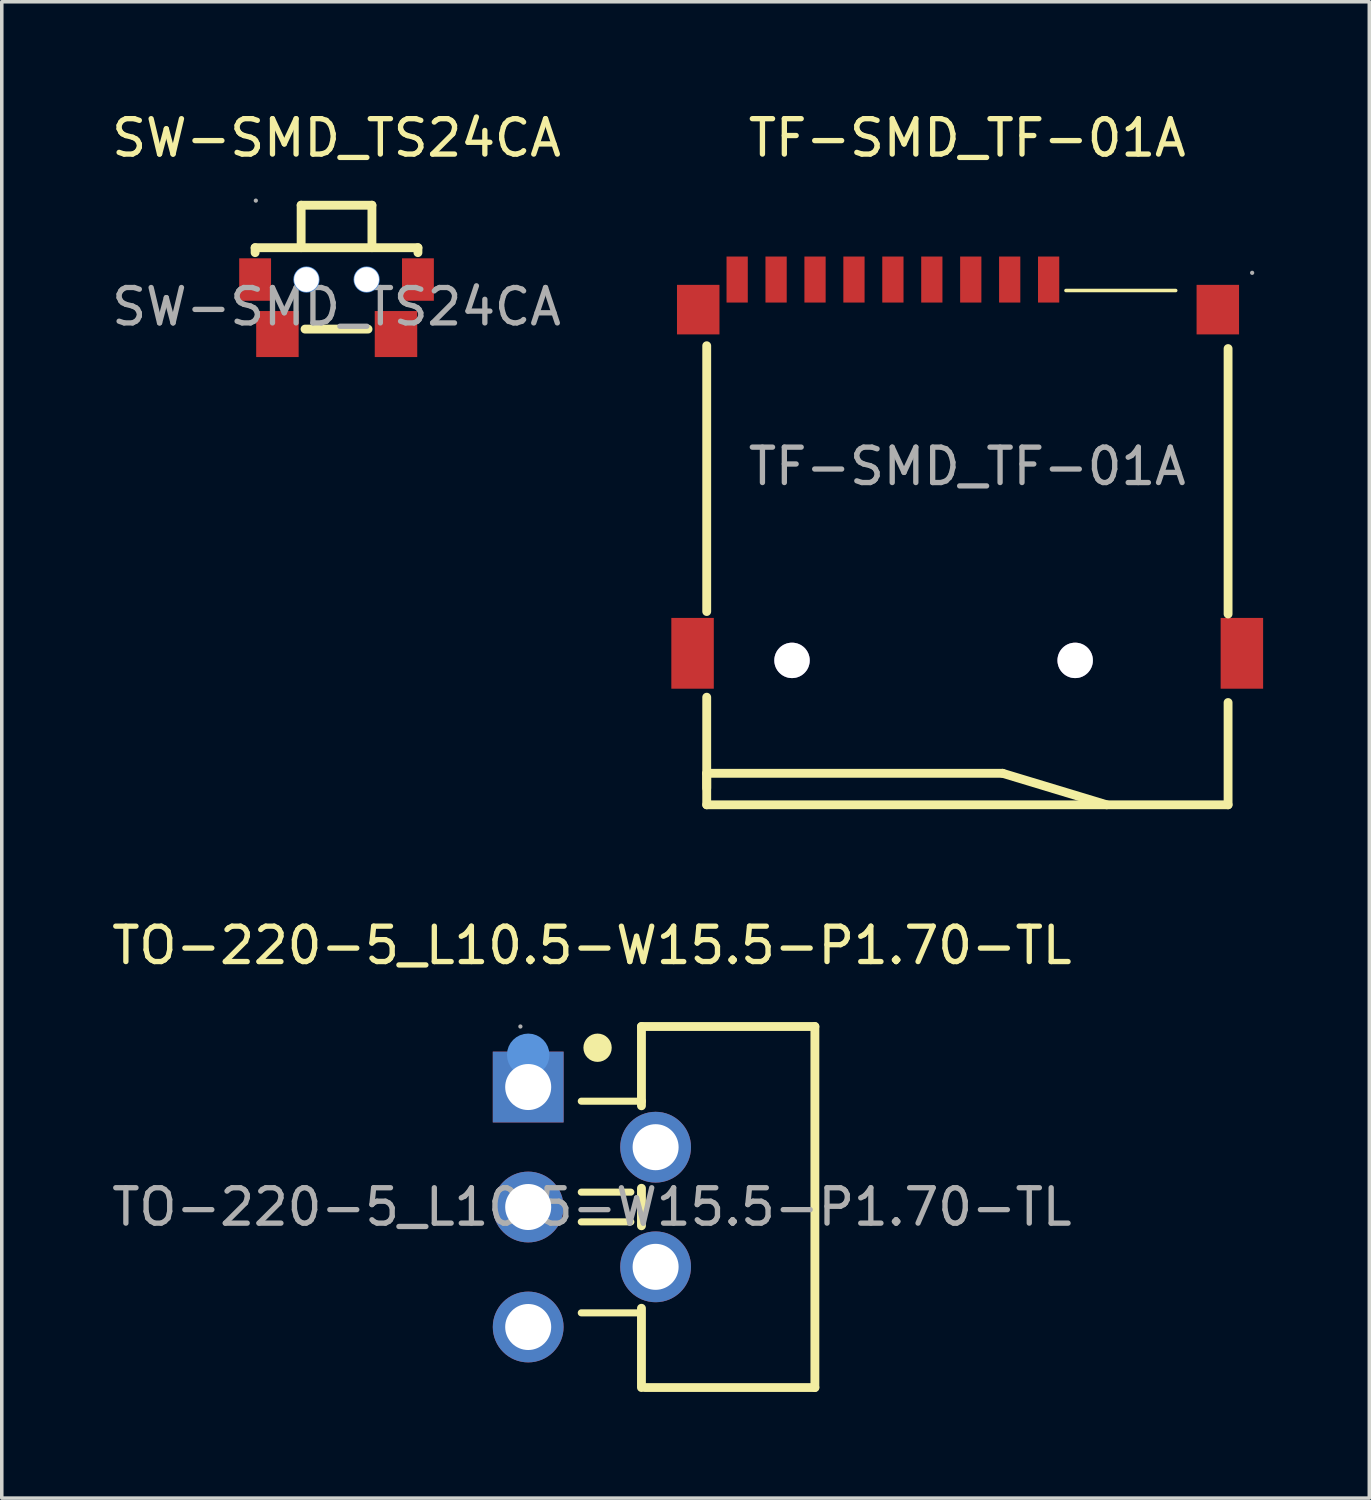
<source format=kicad_pcb>
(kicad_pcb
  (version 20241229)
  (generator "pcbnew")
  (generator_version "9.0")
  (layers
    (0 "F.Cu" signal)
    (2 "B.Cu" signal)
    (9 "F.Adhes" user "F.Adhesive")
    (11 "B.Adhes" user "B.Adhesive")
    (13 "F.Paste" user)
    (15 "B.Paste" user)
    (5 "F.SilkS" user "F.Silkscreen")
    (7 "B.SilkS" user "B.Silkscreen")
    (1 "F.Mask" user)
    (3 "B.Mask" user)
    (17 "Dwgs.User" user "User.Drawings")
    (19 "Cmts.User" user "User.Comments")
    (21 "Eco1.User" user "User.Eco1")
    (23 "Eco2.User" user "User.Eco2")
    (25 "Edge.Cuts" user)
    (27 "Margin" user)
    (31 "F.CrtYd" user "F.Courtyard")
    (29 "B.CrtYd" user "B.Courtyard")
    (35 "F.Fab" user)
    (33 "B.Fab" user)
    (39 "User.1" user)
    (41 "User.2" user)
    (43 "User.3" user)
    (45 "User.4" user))
  (footprint "TO-220-5_L10.5-W15.5-P1.70-TL"
    (layer "F.Cu")
    (at 13.673 31.052)
    (property "Reference" "TO-220-5_L10.5-W15.5-P1.70-TL" (at 0 -7.39 0) (layer "F.SilkS") (effects (font (size 1 1) (thickness 0.15))))
    (attr smd)
    (fp_line (start -0.3 -2.99) (end 1.4 -2.99) (stroke (width 0.2) (type solid)) (layer "F.SilkS"))
    (fp_line (start -0.3 -0.42) (end 1.1 -0.42) (stroke (width 0.2) (type solid)) (layer "F.SilkS"))
    (fp_line (start -0.3 0.42) (end 1.1 0.42) (stroke (width 0.2) (type solid)) (layer "F.SilkS"))
    (fp_line (start -0.3 2.99) (end 1.4 2.99) (stroke (width 0.2) (type solid)) (layer "F.SilkS"))
    (fp_line (start 1.4 -5.1) (end 6.3 -5.1) (stroke (width 0.25) (type solid)) (layer "F.SilkS"))
    (fp_line (start 1.4 -2.99) (end 1.4 -5.1) (stroke (width 0.25) (type solid)) (layer "F.SilkS"))
    (fp_line (start 1.4 -2.99) (end 1.4 -2.86) (stroke (width 0.25) (type solid)) (layer "F.SilkS"))
    (fp_line (start 1.4 -0.53) (end 1.4 0.53) (stroke (width 0.25) (type solid)) (layer "F.SilkS"))
    (fp_line (start 1.4 2.86) (end 1.4 5.1) (stroke (width 0.25) (type solid)) (layer "F.SilkS"))
    (fp_line (start 6.3 -5.1) (end 6.3 5.1) (stroke (width 0.25) (type solid)) (layer "F.SilkS"))
    (fp_line (start 6.3 5.1) (end 1.5 5.1) (stroke (width 0.25) (type solid)) (layer "F.SilkS"))
    (fp_arc (start 0.16 -4.5) (mid 0.16 -4.5) (end 0.16 -4.5) (stroke (width 0.4) (type solid)) (layer "F.SilkS"))
    (fp_circle (center -1.8 -4.3) (end -1.5 -4.3) (stroke (width 0.6) (type solid)) (fill no) (layer "Cmts.User"))
    (fp_circle (center -2.02 -5.1) (end -1.99 -5.1) (stroke (width 0.06) (type solid)) (fill no) (layer "F.Fab"))
    (fp_text user "${REFERENCE}" (at 0 0 0) (layer "F.Fab") (effects (font (size 1 1) (thickness 0.15))))
    (pad "1" thru_hole rect (at -1.8 -3.39 270) (size 2 2) (drill 1.3) (layers "*.Cu" "*.Paste" "*.Mask"))
    (pad "2" thru_hole circle (at 1.8 -1.69 270) (size 2 2) (drill 1.3) (layers "*.Cu" "*.Paste" "*.Mask"))
    (pad "3" thru_hole circle (at -1.8 0 270) (size 2 2) (drill 1.3) (layers "*.Cu" "*.Paste" "*.Mask"))
    (pad "4" thru_hole circle (at 1.8 1.69 270) (size 2 2) (drill 1.3) (layers "*.Cu" "*.Paste" "*.Mask"))
    (pad "5" thru_hole circle (at -1.8 3.39 270) (size 2 2) (drill 1.3) (layers "*.Cu" "*.Paste" "*.Mask")))
  (footprint "SW-SMD_TS24CA"
    (layer "F.Cu")
    (at 6.458 5.618)
    (property "Reference" "SW-SMD_TS24CA" (at 0 -4.77 0) (layer "F.SilkS") (effects (font (size 1 1) (thickness 0.15))))
    (attr smd)
    (fp_line (start -2.3 -1.67) (end 2.3 -1.67) (stroke (width 0.25) (type solid)) (layer "F.SilkS"))
    (fp_line (start -2.3 -1.53) (end -2.3 -1.67) (stroke (width 0.25) (type solid)) (layer "F.SilkS"))
    (fp_line (start -1 -2.87) (end -1 -1.67) (stroke (width 0.25) (type solid)) (layer "F.SilkS"))
    (fp_line (start -1 -2.87) (end 1 -2.87) (stroke (width 0.25) (type solid)) (layer "F.SilkS"))
    (fp_line (start -0.89 0.63) (end 0.89 0.63) (stroke (width 0.25) (type solid)) (layer "F.SilkS"))
    (fp_line (start 1 -2.87) (end 1 -1.67) (stroke (width 0.25) (type solid)) (layer "F.SilkS"))
    (fp_line (start 2.3 -1.67) (end 2.3 -1.53) (stroke (width 0.25) (type solid)) (layer "F.SilkS"))
    (fp_circle (center -0.85 -0.77) (end -0.73 -0.77) (stroke (width 0.25) (type solid)) (fill no) (layer "Cmts.User"))
    (fp_circle (center 0.85 -0.77) (end 0.97 -0.77) (stroke (width 0.25) (type solid)) (fill no) (layer "Cmts.User"))
    (fp_circle (center -2.28 -3) (end -2.25 -3) (stroke (width 0.06) (type solid)) (fill no) (layer "F.Fab"))
    (fp_text user "${REFERENCE}" (at 0 0 0) (layer "F.Fab") (effects (font (size 1 1) (thickness 0.15))))
    (pad "" thru_hole circle (at -0.85 -0.77) (size 0.7 0.7) (drill 0.7) (layers "*.Cu" "*.Mask"))
    (pad "" thru_hole circle (at 0.85 -0.77) (size 0.7 0.7) (drill 0.7) (layers "*.Cu" "*.Mask"))
    (pad "1" smd rect (at -2.3 -0.77) (size 0.9 1.2) (layers "F.Cu" "F.Mask" "F.Paste"))
    (pad "2" smd rect (at 2.3 -0.77 180) (size 0.9 1.2) (layers "F.Cu" "F.Mask" "F.Paste"))
    (pad "3" smd rect (at -1.67 0.77 180) (size 1.2 1.3) (layers "F.Cu" "F.Mask" "F.Paste"))
    (pad "4" smd rect (at 1.68 0.77 180) (size 1.2 1.3) (layers "F.Cu" "F.Mask" "F.Paste")))
  (footprint "TF-SMD_TF-01A"
    (layer "F.Cu")
    (at 24.277 10.128)
    (property "Reference" "TF-SMD_TF-01A" (at 0 -9.28 0) (layer "F.SilkS") (effects (font (size 1 1) (thickness 0.15))))
    (attr smd)
    (fp_line (start -7.36 -3.41) (end -7.36 4.1) (stroke (width 0.25) (type solid)) (layer "F.SilkS"))
    (fp_line (start -7.36 6.52) (end -7.36 9.56) (stroke (width 0.25) (type solid)) (layer "F.SilkS"))
    (fp_line (start -7.36 8.67) (end 1 8.67) (stroke (width 0.25) (type solid)) (layer "F.SilkS"))
    (fp_line (start -7.36 9.09) (end -7.36 8.67) (stroke (width 0.25) (type solid)) (layer "F.SilkS"))
    (fp_line (start -7.36 9.56) (end 7.37 9.56) (stroke (width 0.25) (type solid)) (layer "F.SilkS"))
    (fp_line (start 1 8.67) (end 3.94 9.56) (stroke (width 0.25) (type solid)) (layer "F.SilkS"))
    (fp_line (start 2.79 -4.97) (end 5.89 -4.97) (stroke (width 0.1) (type solid)) (layer "F.SilkS"))
    (fp_line (start 7.37 4.17) (end 7.37 -3.33) (stroke (width 0.25) (type solid)) (layer "F.SilkS"))
    (fp_line (start 7.37 9.56) (end 7.37 6.67) (stroke (width 0.25) (type solid)) (layer "F.SilkS"))
    (fp_circle (center -4.95 5.48) (end -4.75 5.48) (stroke (width 0.4) (type solid)) (fill no) (layer "Cmts.User"))
    (fp_circle (center 3.05 5.48) (end 3.25 5.48) (stroke (width 0.4) (type solid)) (fill no) (layer "Cmts.User"))
    (fp_circle (center 8.05 -5.47) (end 8.08 -5.47) (stroke (width 0.06) (type solid)) (fill no) (layer "F.Fab"))
    (fp_text user "${REFERENCE}" (at 0 0 0) (layer "F.Fab") (effects (font (size 1 1) (thickness 0.15))))
    (pad "" thru_hole circle (at -4.95 5.48) (size 1 1) (drill 1) (layers "*.Cu" "*.Mask"))
    (pad "" thru_hole circle (at 3.05 5.48) (size 1 1) (drill 1) (layers "*.Cu" "*.Mask"))
    (pad "1" smd rect (at 2.3 -5.28) (size 0.6 1.3) (layers "F.Cu" "F.Mask" "F.Paste"))
    (pad "2" smd rect (at 1.2 -5.28) (size 0.6 1.3) (layers "F.Cu" "F.Mask" "F.Paste"))
    (pad "3" smd rect (at 0.1 -5.28) (size 0.6 1.3) (layers "F.Cu" "F.Mask" "F.Paste"))
    (pad "4" smd rect (at -1 -5.28) (size 0.6 1.3) (layers "F.Cu" "F.Mask" "F.Paste"))
    (pad "5" smd rect (at -2.1 -5.28) (size 0.6 1.3) (layers "F.Cu" "F.Mask" "F.Paste"))
    (pad "6" smd rect (at -3.2 -5.28) (size 0.6 1.3) (layers "F.Cu" "F.Mask" "F.Paste"))
    (pad "7" smd rect (at -4.3 -5.28) (size 0.6 1.3) (layers "F.Cu" "F.Mask" "F.Paste"))
    (pad "8" smd rect (at -5.4 -5.28) (size 0.6 1.3) (layers "F.Cu" "F.Mask" "F.Paste"))
    (pad "9" smd rect (at -6.5 -5.28) (size 0.6 1.3) (layers "F.Cu" "F.Mask" "F.Paste"))
    (pad "10" smd rect (at -7.6 -4.43) (size 1.2 1.4) (layers "F.Cu" "F.Mask" "F.Paste"))
    (pad "11" smd rect (at -7.76 5.28) (size 1.2 2) (layers "F.Cu" "F.Mask" "F.Paste"))
    (pad "12" smd rect (at 7.76 5.28) (size 1.2 2) (layers "F.Cu" "F.Mask" "F.Paste"))
    (pad "13" smd rect (at 7.08 -4.43) (size 1.2 1.4) (layers "F.Cu" "F.Mask" "F.Paste")))
  (gr_rect
    (start -3 -3)
    (end 35.637 39.276)
    (stroke (width 0.1) (type default))
    (fill no)
    (layer "Edge.Cuts")))
</source>
